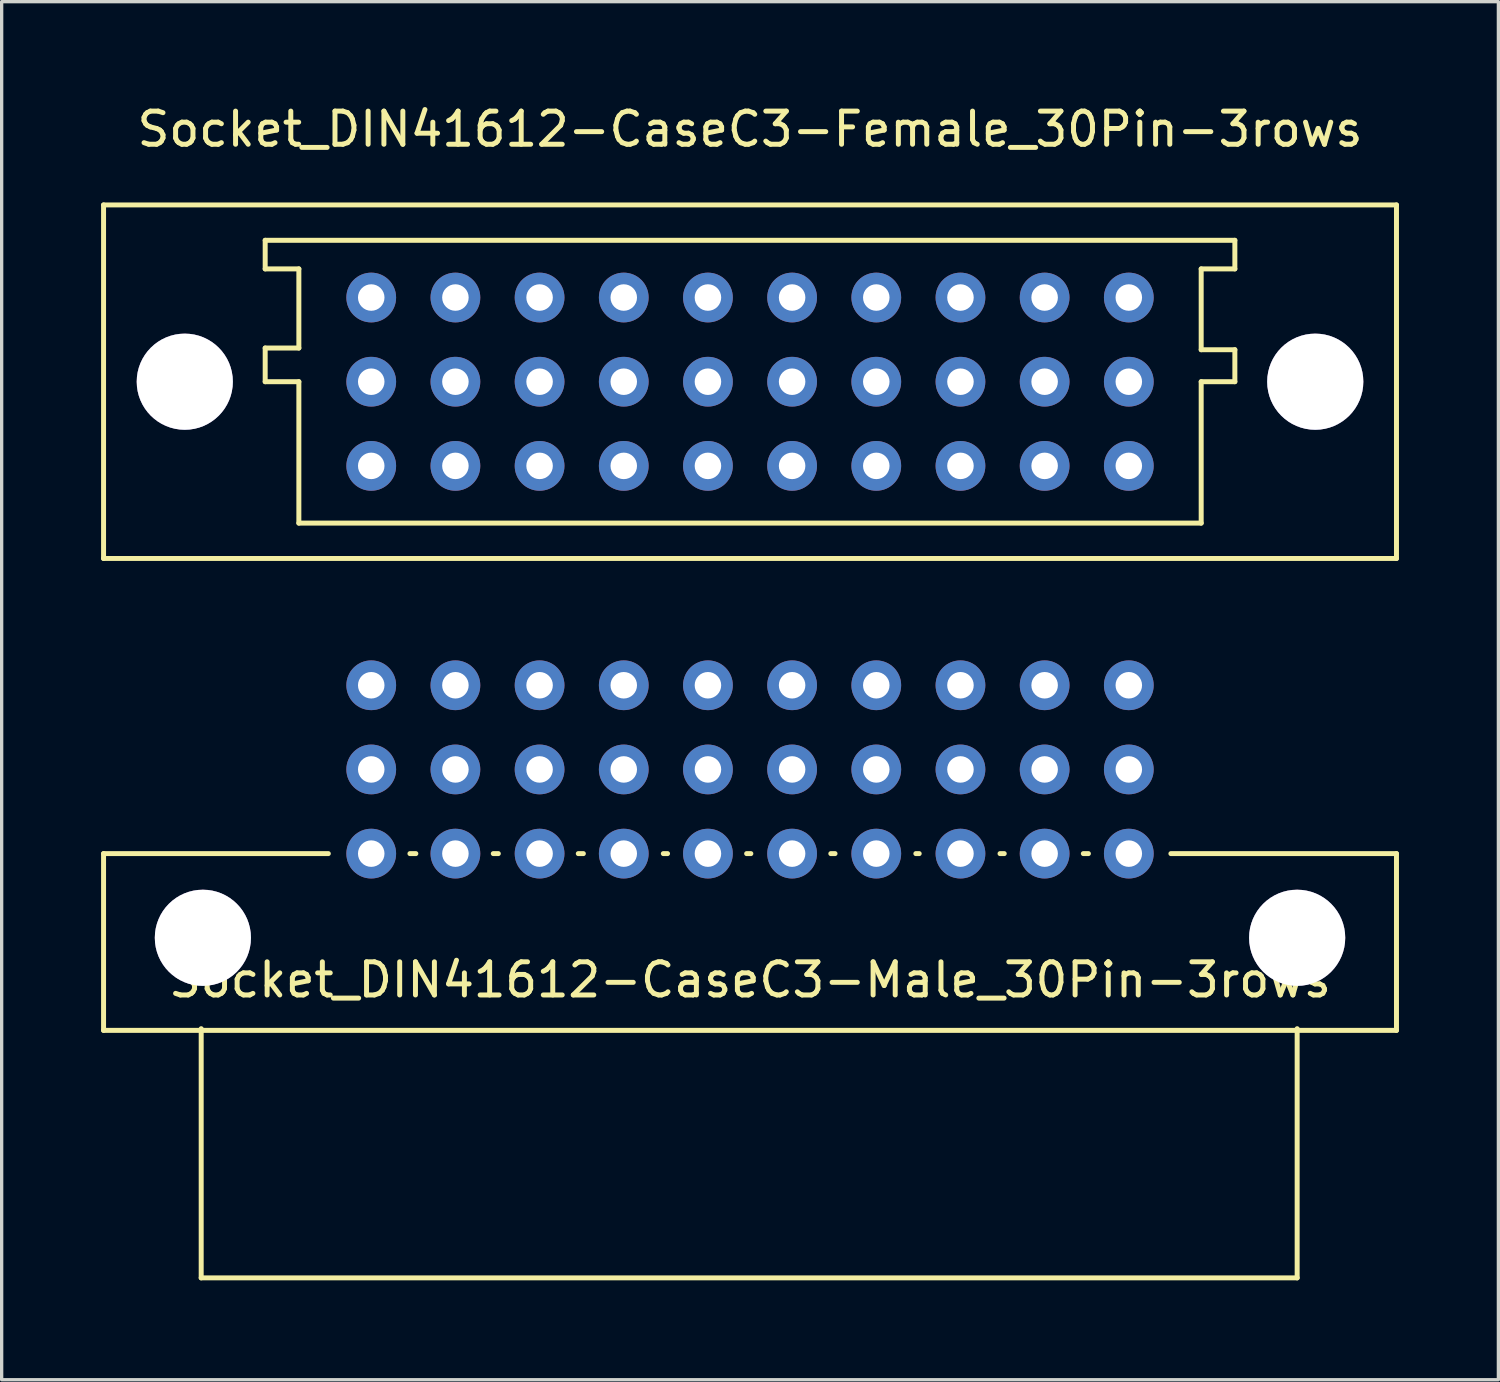
<source format=kicad_pcb>
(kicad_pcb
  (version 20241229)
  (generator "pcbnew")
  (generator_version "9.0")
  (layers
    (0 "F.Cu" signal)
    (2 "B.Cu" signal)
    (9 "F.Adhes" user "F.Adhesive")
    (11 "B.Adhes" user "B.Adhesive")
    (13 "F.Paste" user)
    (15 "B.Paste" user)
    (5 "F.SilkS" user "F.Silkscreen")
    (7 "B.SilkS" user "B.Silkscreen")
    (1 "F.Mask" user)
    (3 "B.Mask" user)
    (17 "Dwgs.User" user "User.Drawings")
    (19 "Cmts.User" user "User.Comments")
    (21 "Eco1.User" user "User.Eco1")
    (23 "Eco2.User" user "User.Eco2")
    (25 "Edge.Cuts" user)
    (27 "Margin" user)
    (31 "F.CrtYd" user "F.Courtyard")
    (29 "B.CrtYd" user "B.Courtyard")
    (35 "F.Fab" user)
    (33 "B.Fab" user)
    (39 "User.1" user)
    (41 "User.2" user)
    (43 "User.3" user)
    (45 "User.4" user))
  (footprint "Socket_DIN41612-CaseC3-Female_30Pin-3rows"
    (layer "F.Cu")
    (at 19.582 8.468)
    (property "Reference" "Socket_DIN41612-CaseC3-Female_30Pin-3rows" (at 0 -7.62 0) (layer "F.SilkS") (effects (font (size 1 1) (thickness 0.15))))
    (attr through_hole)
    (fp_line (start -19.507 -5.334) (end -19.507 5.334) (stroke (width 0.15) (type solid)) (layer "F.SilkS"))
    (fp_line (start -19.507 5.334) (end 19.507 5.334) (stroke (width 0.15) (type solid)) (layer "F.SilkS"))
    (fp_line (start -14.63 -3.404) (end -14.63 -4.267) (stroke (width 0.15) (type solid)) (layer "F.SilkS"))
    (fp_line (start -14.63 -1.016) (end -13.614 -1.016) (stroke (width 0.15) (type solid)) (layer "F.SilkS"))
    (fp_line (start -14.63 0) (end -14.63 -1.016) (stroke (width 0.15) (type solid)) (layer "F.SilkS"))
    (fp_line (start -13.614 -3.404) (end -14.63 -3.404) (stroke (width 0.15) (type solid)) (layer "F.SilkS"))
    (fp_line (start -13.614 -1.016) (end -13.614 -3.404) (stroke (width 0.15) (type solid)) (layer "F.SilkS"))
    (fp_line (start -13.614 0) (end -14.63 0) (stroke (width 0.15) (type solid)) (layer "F.SilkS"))
    (fp_line (start -13.614 4.267) (end -13.614 0) (stroke (width 0.15) (type solid)) (layer "F.SilkS"))
    (fp_line (start -13.614 4.267) (end 13.614 4.267) (stroke (width 0.15) (type solid)) (layer "F.SilkS"))
    (fp_line (start 13.614 -3.404) (end 14.63 -3.404) (stroke (width 0.15) (type solid)) (layer "F.SilkS"))
    (fp_line (start 13.614 -0.965) (end 13.614 -3.404) (stroke (width 0.15) (type solid)) (layer "F.SilkS"))
    (fp_line (start 13.614 0) (end 14.63 0) (stroke (width 0.15) (type solid)) (layer "F.SilkS"))
    (fp_line (start 13.614 4.267) (end 13.614 0) (stroke (width 0.15) (type solid)) (layer "F.SilkS"))
    (fp_line (start 14.63 -4.267) (end -14.63 -4.267) (stroke (width 0.15) (type solid)) (layer "F.SilkS"))
    (fp_line (start 14.63 -3.404) (end 14.63 -4.267) (stroke (width 0.15) (type solid)) (layer "F.SilkS"))
    (fp_line (start 14.63 -0.965) (end 13.614 -0.965) (stroke (width 0.15) (type solid)) (layer "F.SilkS"))
    (fp_line (start 14.63 0) (end 14.63 -0.965) (stroke (width 0.15) (type solid)) (layer "F.SilkS"))
    (fp_line (start 19.507 -5.334) (end -19.507 -5.334) (stroke (width 0.15) (type solid)) (layer "F.SilkS"))
    (fp_line (start 19.507 5.334) (end 19.507 -5.334) (stroke (width 0.15) (type solid)) (layer "F.SilkS"))
    (pad "1" thru_hole circle (at -17.056 0) (size 2.901 2.901) (drill 2.901) (layers "*.Cu" "*.Mask"))
    (pad "1" thru_hole circle (at 17.056 0) (size 2.901 2.901) (drill 2.901) (layers "*.Cu" "*.Mask"))
    (pad "1a" thru_hole circle (at 11.43 -2.54 180) (size 1.501 1.501) (drill 0.8) (layers "*.Cu" "*.Mask"))
    (pad "1b" thru_hole circle (at 11.43 0 180) (size 1.501 1.501) (drill 0.8) (layers "*.Cu" "*.Mask"))
    (pad "1c" thru_hole circle (at 11.43 2.54 180) (size 1.501 1.501) (drill 0.8) (layers "*.Cu" "*.Mask"))
    (pad "2a" thru_hole circle (at 8.89 -2.54 180) (size 1.501 1.501) (drill 0.8) (layers "*.Cu" "*.Mask"))
    (pad "2b" thru_hole circle (at 8.89 0 180) (size 1.501 1.501) (drill 0.8) (layers "*.Cu" "*.Mask"))
    (pad "2c" thru_hole circle (at 8.89 2.54 180) (size 1.501 1.501) (drill 0.8) (layers "*.Cu" "*.Mask"))
    (pad "3a" thru_hole circle (at 6.35 -2.54 180) (size 1.501 1.501) (drill 0.8) (layers "*.Cu" "*.Mask"))
    (pad "3b" thru_hole circle (at 6.35 0 180) (size 1.501 1.501) (drill 0.8) (layers "*.Cu" "*.Mask"))
    (pad "3c" thru_hole circle (at 6.35 2.54 180) (size 1.501 1.501) (drill 0.8) (layers "*.Cu" "*.Mask"))
    (pad "4a" thru_hole circle (at 3.81 -2.54 180) (size 1.501 1.501) (drill 0.8) (layers "*.Cu" "*.Mask"))
    (pad "4b" thru_hole circle (at 3.81 0 180) (size 1.501 1.501) (drill 0.8) (layers "*.Cu" "*.Mask"))
    (pad "4c" thru_hole circle (at 3.81 2.54 180) (size 1.501 1.501) (drill 0.8) (layers "*.Cu" "*.Mask"))
    (pad "5a" thru_hole circle (at 1.27 -2.54 180) (size 1.501 1.501) (drill 0.8) (layers "*.Cu" "*.Mask"))
    (pad "5b" thru_hole circle (at 1.27 0 180) (size 1.501 1.501) (drill 0.8) (layers "*.Cu" "*.Mask"))
    (pad "5c" thru_hole circle (at 1.27 2.54 180) (size 1.501 1.501) (drill 0.8) (layers "*.Cu" "*.Mask"))
    (pad "6a" thru_hole circle (at -1.27 -2.54 180) (size 1.501 1.501) (drill 0.8) (layers "*.Cu" "*.Mask"))
    (pad "6b" thru_hole circle (at -1.27 0 180) (size 1.501 1.501) (drill 0.8) (layers "*.Cu" "*.Mask"))
    (pad "6c" thru_hole circle (at -1.27 2.54 180) (size 1.501 1.501) (drill 0.8) (layers "*.Cu" "*.Mask"))
    (pad "7a" thru_hole circle (at -3.81 -2.54 180) (size 1.501 1.501) (drill 0.8) (layers "*.Cu" "*.Mask"))
    (pad "7b" thru_hole circle (at -3.81 0 180) (size 1.501 1.501) (drill 0.8) (layers "*.Cu" "*.Mask"))
    (pad "7c" thru_hole circle (at -3.81 2.54 180) (size 1.501 1.501) (drill 0.8) (layers "*.Cu" "*.Mask"))
    (pad "8a" thru_hole circle (at -6.35 -2.54 180) (size 1.501 1.501) (drill 0.8) (layers "*.Cu" "*.Mask"))
    (pad "8b" thru_hole circle (at -6.35 0 180) (size 1.501 1.501) (drill 0.8) (layers "*.Cu" "*.Mask"))
    (pad "8c" thru_hole circle (at -6.35 2.54 180) (size 1.501 1.501) (drill 0.8) (layers "*.Cu" "*.Mask"))
    (pad "9a" thru_hole circle (at -8.89 -2.54 180) (size 1.501 1.501) (drill 0.8) (layers "*.Cu" "*.Mask"))
    (pad "9b" thru_hole circle (at -8.89 0 180) (size 1.501 1.501) (drill 0.8) (layers "*.Cu" "*.Mask"))
    (pad "9c" thru_hole circle (at -8.89 2.54 180) (size 1.501 1.501) (drill 0.8) (layers "*.Cu" "*.Mask"))
    (pad "10a" thru_hole circle (at -11.43 -2.54 180) (size 1.501 1.501) (drill 0.8) (layers "*.Cu" "*.Mask"))
    (pad "10b" thru_hole circle (at -11.43 0 180) (size 1.501 1.501) (drill 0.8) (layers "*.Cu" "*.Mask"))
    (pad "10c" thru_hole circle (at -11.43 2.54 180) (size 1.501 1.501) (drill 0.8) (layers "*.Cu" "*.Mask")))
  (footprint "Socket_DIN41612-CaseC3-Male_30Pin-3rows"
    (layer "F.Cu")
    (at 19.582 20.168)
    (property "Reference" "Socket_DIN41612-CaseC3-Male_30Pin-3rows" (at 0 6.35 0) (layer "F.SilkS") (effects (font (size 1 1) (thickness 0.15))))
    (attr through_hole)
    (fp_line (start -19.507 2.54) (end -12.725 2.54) (stroke (width 0.15) (type solid)) (layer "F.SilkS"))
    (fp_line (start -19.507 7.874) (end -19.507 2.54) (stroke (width 0.15) (type solid)) (layer "F.SilkS"))
    (fp_line (start -16.561 15.342) (end -16.561 7.823) (stroke (width 0.15) (type solid)) (layer "F.SilkS"))
    (fp_line (start -10.262 2.54) (end -10.084 2.54) (stroke (width 0.15) (type solid)) (layer "F.SilkS"))
    (fp_line (start -7.747 2.54) (end -7.595 2.54) (stroke (width 0.15) (type solid)) (layer "F.SilkS"))
    (fp_line (start -5.182 2.54) (end -5.029 2.54) (stroke (width 0.15) (type solid)) (layer "F.SilkS"))
    (fp_line (start -2.616 2.54) (end -2.489 2.54) (stroke (width 0.15) (type solid)) (layer "F.SilkS"))
    (fp_line (start -0.102 2.54) (end 0.025 2.54) (stroke (width 0.15) (type solid)) (layer "F.SilkS"))
    (fp_line (start 2.438 2.54) (end 2.565 2.54) (stroke (width 0.15) (type solid)) (layer "F.SilkS"))
    (fp_line (start 5.004 2.54) (end 5.105 2.54) (stroke (width 0.15) (type solid)) (layer "F.SilkS"))
    (fp_line (start 7.544 2.54) (end 7.671 2.54) (stroke (width 0.15) (type solid)) (layer "F.SilkS"))
    (fp_line (start 10.058 2.54) (end 10.211 2.54) (stroke (width 0.15) (type solid)) (layer "F.SilkS"))
    (fp_line (start 12.7 2.54) (end 19.507 2.54) (stroke (width 0.15) (type solid)) (layer "F.SilkS"))
    (fp_line (start 16.51 7.823) (end 16.51 15.342) (stroke (width 0.15) (type solid)) (layer "F.SilkS"))
    (fp_line (start 16.51 15.342) (end -16.561 15.342) (stroke (width 0.15) (type solid)) (layer "F.SilkS"))
    (fp_line (start 19.507 2.54) (end 19.507 7.874) (stroke (width 0.15) (type solid)) (layer "F.SilkS"))
    (fp_line (start 19.507 7.874) (end -19.507 7.874) (stroke (width 0.15) (type solid)) (layer "F.SilkS"))
    (pad "1" thru_hole circle (at -16.51 5.08) (size 2.901 2.901) (drill 2.901) (layers "*.Cu" "*.Mask"))
    (pad "1" thru_hole circle (at 16.51 5.08) (size 2.901 2.901) (drill 2.901) (layers "*.Cu" "*.Mask"))
    (pad "1a" thru_hole circle (at 11.43 -2.54 180) (size 1.501 1.501) (drill 0.8) (layers "*.Cu" "*.Mask"))
    (pad "1b" thru_hole circle (at 11.43 0 180) (size 1.501 1.501) (drill 0.8) (layers "*.Cu" "*.Mask"))
    (pad "1c" thru_hole circle (at 11.43 2.54 180) (size 1.501 1.501) (drill 0.8) (layers "*.Cu" "*.Mask"))
    (pad "2a" thru_hole circle (at 8.89 -2.54 180) (size 1.501 1.501) (drill 0.8) (layers "*.Cu" "*.Mask"))
    (pad "2b" thru_hole circle (at 8.89 0 180) (size 1.501 1.501) (drill 0.8) (layers "*.Cu" "*.Mask"))
    (pad "2c" thru_hole circle (at 8.89 2.54 180) (size 1.501 1.501) (drill 0.8) (layers "*.Cu" "*.Mask"))
    (pad "3a" thru_hole circle (at 6.35 -2.54 180) (size 1.501 1.501) (drill 0.8) (layers "*.Cu" "*.Mask"))
    (pad "3b" thru_hole circle (at 6.35 0 180) (size 1.501 1.501) (drill 0.8) (layers "*.Cu" "*.Mask"))
    (pad "3c" thru_hole circle (at 6.35 2.54 180) (size 1.501 1.501) (drill 0.8) (layers "*.Cu" "*.Mask"))
    (pad "4a" thru_hole circle (at 3.81 -2.54 180) (size 1.501 1.501) (drill 0.8) (layers "*.Cu" "*.Mask"))
    (pad "4b" thru_hole circle (at 3.81 0 180) (size 1.501 1.501) (drill 0.8) (layers "*.Cu" "*.Mask"))
    (pad "4c" thru_hole circle (at 3.81 2.54 180) (size 1.501 1.501) (drill 0.8) (layers "*.Cu" "*.Mask"))
    (pad "5a" thru_hole circle (at 1.27 -2.54 180) (size 1.501 1.501) (drill 0.8) (layers "*.Cu" "*.Mask"))
    (pad "5b" thru_hole circle (at 1.27 0 180) (size 1.501 1.501) (drill 0.8) (layers "*.Cu" "*.Mask"))
    (pad "5c" thru_hole circle (at 1.27 2.54 180) (size 1.501 1.501) (drill 0.8) (layers "*.Cu" "*.Mask"))
    (pad "6a" thru_hole circle (at -1.27 -2.54 180) (size 1.501 1.501) (drill 0.8) (layers "*.Cu" "*.Mask"))
    (pad "6b" thru_hole circle (at -1.27 0 180) (size 1.501 1.501) (drill 0.8) (layers "*.Cu" "*.Mask"))
    (pad "6c" thru_hole circle (at -1.27 2.54 180) (size 1.501 1.501) (drill 0.8) (layers "*.Cu" "*.Mask"))
    (pad "7a" thru_hole circle (at -3.81 -2.54 180) (size 1.501 1.501) (drill 0.8) (layers "*.Cu" "*.Mask"))
    (pad "7b" thru_hole circle (at -3.81 0 180) (size 1.501 1.501) (drill 0.8) (layers "*.Cu" "*.Mask"))
    (pad "7c" thru_hole circle (at -3.81 2.54 180) (size 1.501 1.501) (drill 0.8) (layers "*.Cu" "*.Mask"))
    (pad "8a" thru_hole circle (at -6.35 -2.54 180) (size 1.501 1.501) (drill 0.8) (layers "*.Cu" "*.Mask"))
    (pad "8b" thru_hole circle (at -6.35 0 180) (size 1.501 1.501) (drill 0.8) (layers "*.Cu" "*.Mask"))
    (pad "8c" thru_hole circle (at -6.35 2.54 180) (size 1.501 1.501) (drill 0.8) (layers "*.Cu" "*.Mask"))
    (pad "9a" thru_hole circle (at -8.89 -2.54 180) (size 1.501 1.501) (drill 0.8) (layers "*.Cu" "*.Mask"))
    (pad "9b" thru_hole circle (at -8.89 0 180) (size 1.501 1.501) (drill 0.8) (layers "*.Cu" "*.Mask"))
    (pad "9c" thru_hole circle (at -8.89 2.54 180) (size 1.501 1.501) (drill 0.8) (layers "*.Cu" "*.Mask"))
    (pad "10a" thru_hole circle (at -11.43 -2.54 180) (size 1.501 1.501) (drill 0.8) (layers "*.Cu" "*.Mask"))
    (pad "10b" thru_hole circle (at -11.43 0 180) (size 1.501 1.501) (drill 0.8) (layers "*.Cu" "*.Mask"))
    (pad "10c" thru_hole circle (at -11.43 2.54 180) (size 1.501 1.501) (drill 0.8) (layers "*.Cu" "*.Mask")))
  (gr_rect
    (start -3 -3)
    (end 42.164 38.584)
    (stroke (width 0.1) (type default))
    (fill no)
    (layer "Edge.Cuts")))
</source>
